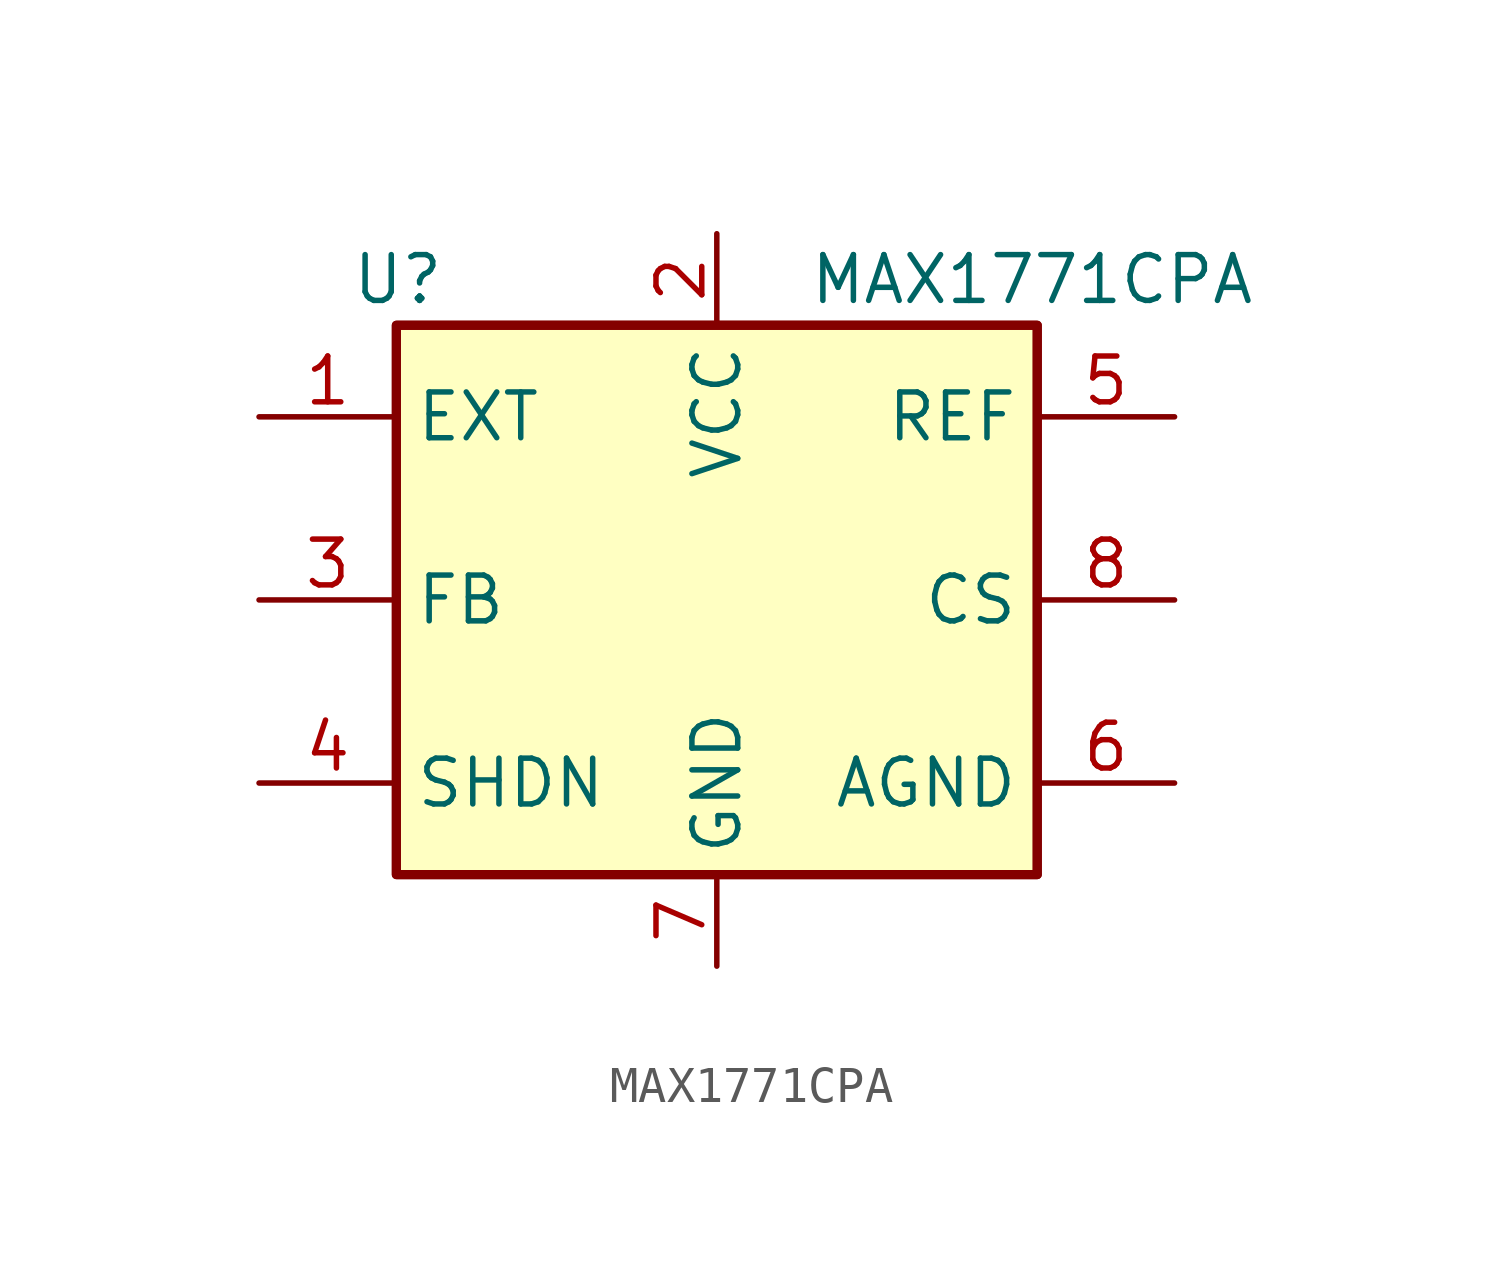
<source format=kicad_sym>
(kicad_symbol_lib
  (version 20220914)
  (generator kicad_symbol_editor)
  (symbol "MAX1771CPA"
    (property "Reference" "U"
      (at -10.16 8.89 0)
      (effects (font (size 1.27 1.27)) (justify left)))
    (property "Value" "MAX1771CPA"
      (at 2.54 8.89 0)
      (effects (font (size 1.27 1.27)) (justify left)))
    (symbol "MAX1771CPA_0_0"
      (pin power_in line (at 0 10.16 270) (length 2.54) (name "VCC" (effects (font (size 1.27 1.27)))) (number "2" (effects (font (size 1.27 1.27)))))
      (pin power_in line (at 0 -10.16 90) (length 2.54) (name "GND" (effects (font (size 1.27 1.27)))) (number "7" (effects (font (size 1.27 1.27))))))
    (symbol "MAX1771CPA_0_1"
      (rectangle (start -8.89 -7.62) (end 8.89 7.62) (stroke (width 0.254) (type solid)) (fill (type background)))
      (rectangle (start -8.89 -7.62) (end 8.89 7.62) (stroke (width 0.254) (type solid)) (fill (type background))))
    (symbol "MAX1771CPA_1_1"
      (pin output line (at -12.7 5.08 0) (length 3.81) (name "EXT" (effects (font (size 1.27 1.27)))) (number "1" (effects (font (size 1.27 1.27)))))
      (pin input line (at -12.7 0 0) (length 3.81) (name "FB" (effects (font (size 1.27 1.27)))) (number "3" (effects (font (size 1.27 1.27)))))
      (pin input line (at -12.7 -5.08 0) (length 3.81) (name "SHDN" (effects (font (size 1.27 1.27)))) (number "4" (effects (font (size 1.27 1.27)))))
      (pin input line (at 12.7 5.08 180) (length 3.81) (name "REF" (effects (font (size 1.27 1.27)))) (number "5" (effects (font (size 1.27 1.27)))))
      (pin input line (at 12.7 -5.08 180) (length 3.81) (name "AGND" (effects (font (size 1.27 1.27)))) (number "6" (effects (font (size 1.27 1.27)))))
      (pin input line (at 12.7 0 180) (length 3.81) (name "CS" (effects (font (size 1.27 1.27)))) (number "8" (effects (font (size 1.27 1.27))))))))
</source>
